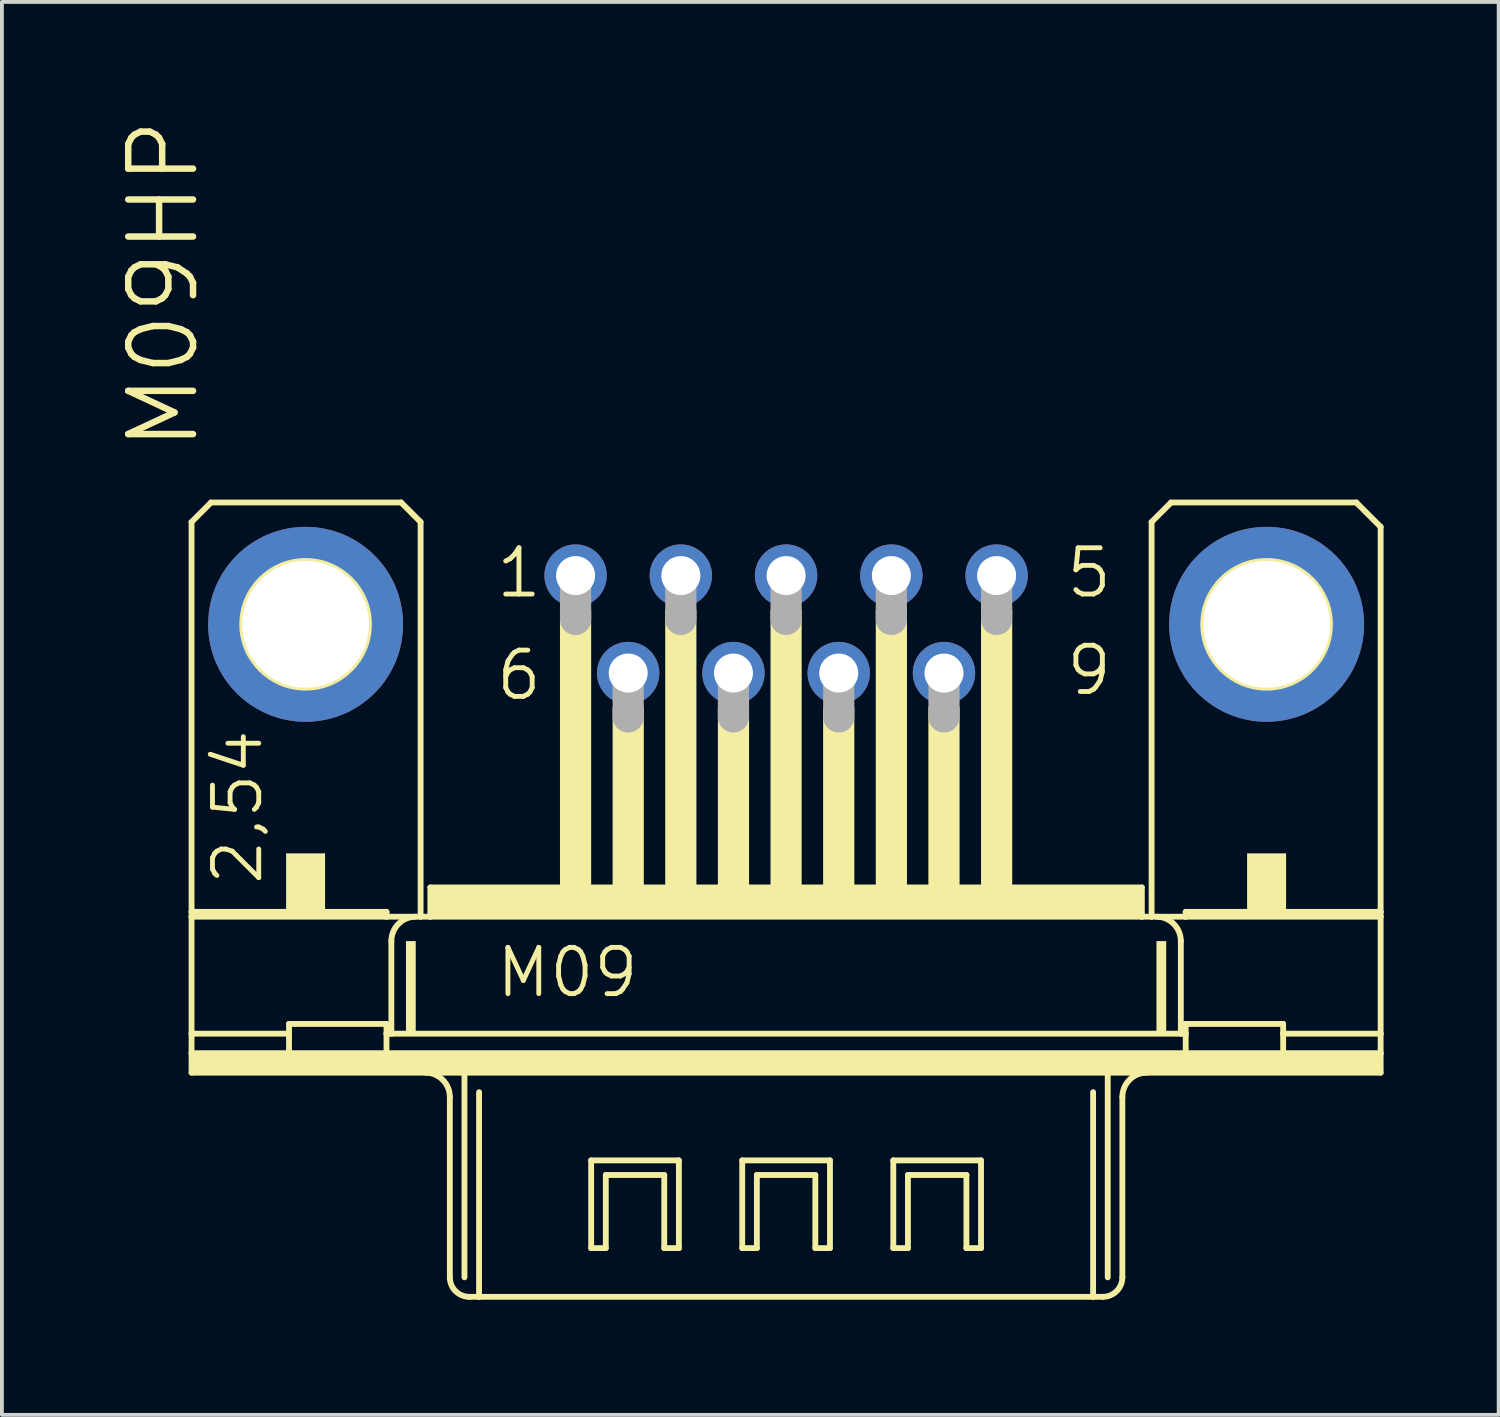
<source format=kicad_pcb>
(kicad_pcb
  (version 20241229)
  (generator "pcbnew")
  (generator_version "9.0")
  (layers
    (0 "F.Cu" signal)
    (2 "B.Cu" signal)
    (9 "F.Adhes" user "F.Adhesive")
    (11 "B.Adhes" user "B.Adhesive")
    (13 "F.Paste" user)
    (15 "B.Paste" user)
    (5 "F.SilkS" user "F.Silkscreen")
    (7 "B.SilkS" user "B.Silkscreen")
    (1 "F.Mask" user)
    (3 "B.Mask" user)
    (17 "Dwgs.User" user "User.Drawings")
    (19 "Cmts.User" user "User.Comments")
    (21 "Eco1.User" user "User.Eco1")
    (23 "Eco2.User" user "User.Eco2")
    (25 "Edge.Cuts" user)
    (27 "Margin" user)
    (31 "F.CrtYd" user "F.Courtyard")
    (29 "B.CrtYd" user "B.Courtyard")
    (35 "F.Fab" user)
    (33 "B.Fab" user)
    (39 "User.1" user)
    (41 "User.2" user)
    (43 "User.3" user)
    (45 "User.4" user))
  (footprint "M09HP"
    (layer "F.Cu")
    (at 17.436 13.22)
    (property "Reference" "M09HP" (at -15.24 -4.445 90) (layer "F.SilkS") (effects (font (size 1.689 1.689) (thickness 0.169)) (justify left bottom)))
    (attr through_hole)
    (fp_line (start -15.494 -2.667) (end -15.494 7.493) (stroke (width 0.152) (type solid)) (layer "F.SilkS"))
    (fp_line (start -15.494 7.62) (end -15.494 7.493) (stroke (width 0.152) (type solid)) (layer "F.SilkS"))
    (fp_line (start -15.494 10.668) (end -15.494 7.62) (stroke (width 0.152) (type solid)) (layer "F.SilkS"))
    (fp_line (start -15.494 11.176) (end -15.494 10.668) (stroke (width 0.152) (type solid)) (layer "F.SilkS"))
    (fp_line (start -15.494 11.684) (end -15.494 11.176) (stroke (width 0.152) (type solid)) (layer "F.SilkS"))
    (fp_line (start -14.986 -3.175) (end -15.494 -2.667) (stroke (width 0.152) (type solid)) (layer "F.SilkS"))
    (fp_line (start -12.954 10.668) (end -15.494 10.668) (stroke (width 0.152) (type solid)) (layer "F.SilkS"))
    (fp_line (start -12.954 10.668) (end -12.954 10.414) (stroke (width 0.152) (type solid)) (layer "F.SilkS"))
    (fp_line (start -12.954 10.668) (end -12.954 11.176) (stroke (width 0.152) (type solid)) (layer "F.SilkS"))
    (fp_line (start -12.954 11.176) (end -15.494 11.176) (stroke (width 0.152) (type solid)) (layer "F.SilkS"))
    (fp_line (start -10.414 7.493) (end -15.494 7.493) (stroke (width 0.152) (type solid)) (layer "F.SilkS"))
    (fp_line (start -10.414 7.493) (end -10.414 7.62) (stroke (width 0.152) (type solid)) (layer "F.SilkS"))
    (fp_line (start -10.414 7.62) (end -15.494 7.62) (stroke (width 0.152) (type solid)) (layer "F.SilkS"))
    (fp_line (start -10.414 10.414) (end -12.954 10.414) (stroke (width 0.152) (type solid)) (layer "F.SilkS"))
    (fp_line (start -10.414 10.414) (end -10.414 10.668) (stroke (width 0.152) (type solid)) (layer "F.SilkS"))
    (fp_line (start -10.414 10.668) (end -10.414 11.176) (stroke (width 0.152) (type solid)) (layer "F.SilkS"))
    (fp_line (start -10.414 11.176) (end -12.954 11.176) (stroke (width 0.152) (type solid)) (layer "F.SilkS"))
    (fp_line (start -10.287 8.255) (end -10.287 10.668) (stroke (width 0.152) (type solid)) (layer "F.SilkS"))
    (fp_line (start -10.287 10.668) (end -10.414 10.668) (stroke (width 0.152) (type solid)) (layer "F.SilkS"))
    (fp_line (start -10.033 -3.175) (end -14.986 -3.175) (stroke (width 0.152) (type solid)) (layer "F.SilkS"))
    (fp_line (start -9.525 -2.667) (end -10.033 -3.175) (stroke (width 0.152) (type solid)) (layer "F.SilkS"))
    (fp_line (start -9.525 -2.667) (end -9.525 7.62) (stroke (width 0.152) (type solid)) (layer "F.SilkS"))
    (fp_line (start -9.525 7.62) (end -10.414 7.62) (stroke (width 0.152) (type solid)) (layer "F.SilkS"))
    (fp_line (start -9.271 7.62) (end -9.525 7.62) (stroke (width 0.152) (type solid)) (layer "F.SilkS"))
    (fp_line (start -9.271 7.62) (end -9.271 6.858) (stroke (width 0.152) (type solid)) (layer "F.SilkS"))
    (fp_line (start -8.763 12.319) (end -8.763 17.018) (stroke (width 0.152) (type solid)) (layer "F.SilkS"))
    (fp_line (start -8.382 11.684) (end -15.494 11.684) (stroke (width 0.152) (type solid)) (layer "F.SilkS"))
    (fp_line (start -8.382 11.684) (end -8.382 17.018) (stroke (width 0.152) (type solid)) (layer "F.SilkS"))
    (fp_line (start -8.001 12.192) (end -8.001 17.526) (stroke (width 0.152) (type solid)) (layer "F.SilkS"))
    (fp_line (start -8.001 17.526) (end -8.255 17.526) (stroke (width 0.152) (type solid)) (layer "F.SilkS"))
    (fp_line (start -5.08 13.97) (end -2.794 13.97) (stroke (width 0.152) (type solid)) (layer "F.SilkS"))
    (fp_line (start -5.08 16.256) (end -5.08 13.97) (stroke (width 0.152) (type solid)) (layer "F.SilkS"))
    (fp_line (start -4.699 14.351) (end -4.699 16.256) (stroke (width 0.152) (type solid)) (layer "F.SilkS"))
    (fp_line (start -4.699 16.256) (end -5.08 16.256) (stroke (width 0.152) (type solid)) (layer "F.SilkS"))
    (fp_line (start -3.175 14.351) (end -4.699 14.351) (stroke (width 0.152) (type solid)) (layer "F.SilkS"))
    (fp_line (start -3.175 16.256) (end -3.175 14.351) (stroke (width 0.152) (type solid)) (layer "F.SilkS"))
    (fp_line (start -2.794 13.97) (end -2.794 16.256) (stroke (width 0.152) (type solid)) (layer "F.SilkS"))
    (fp_line (start -2.794 16.256) (end -3.175 16.256) (stroke (width 0.152) (type solid)) (layer "F.SilkS"))
    (fp_line (start -1.143 13.97) (end 1.143 13.97) (stroke (width 0.152) (type solid)) (layer "F.SilkS"))
    (fp_line (start -1.143 16.256) (end -1.143 13.97) (stroke (width 0.152) (type solid)) (layer "F.SilkS"))
    (fp_line (start -0.762 14.351) (end -0.762 16.256) (stroke (width 0.152) (type solid)) (layer "F.SilkS"))
    (fp_line (start -0.762 16.256) (end -1.143 16.256) (stroke (width 0.152) (type solid)) (layer "F.SilkS"))
    (fp_line (start 0.762 14.351) (end -0.762 14.351) (stroke (width 0.152) (type solid)) (layer "F.SilkS"))
    (fp_line (start 0.762 16.256) (end 0.762 14.351) (stroke (width 0.152) (type solid)) (layer "F.SilkS"))
    (fp_line (start 1.143 13.97) (end 1.143 16.256) (stroke (width 0.152) (type solid)) (layer "F.SilkS"))
    (fp_line (start 1.143 16.256) (end 0.762 16.256) (stroke (width 0.152) (type solid)) (layer "F.SilkS"))
    (fp_line (start 2.794 13.97) (end 5.08 13.97) (stroke (width 0.152) (type solid)) (layer "F.SilkS"))
    (fp_line (start 2.794 16.256) (end 2.794 13.97) (stroke (width 0.152) (type solid)) (layer "F.SilkS"))
    (fp_line (start 3.175 14.351) (end 3.175 16.256) (stroke (width 0.152) (type solid)) (layer "F.SilkS"))
    (fp_line (start 3.175 16.256) (end 2.794 16.256) (stroke (width 0.152) (type solid)) (layer "F.SilkS"))
    (fp_line (start 4.699 14.351) (end 3.175 14.351) (stroke (width 0.152) (type solid)) (layer "F.SilkS"))
    (fp_line (start 4.699 16.256) (end 4.699 14.351) (stroke (width 0.152) (type solid)) (layer "F.SilkS"))
    (fp_line (start 5.08 13.97) (end 5.08 16.256) (stroke (width 0.152) (type solid)) (layer "F.SilkS"))
    (fp_line (start 5.08 16.256) (end 4.699 16.256) (stroke (width 0.152) (type solid)) (layer "F.SilkS"))
    (fp_line (start 8.001 12.192) (end 8.001 17.526) (stroke (width 0.152) (type solid)) (layer "F.SilkS"))
    (fp_line (start 8.001 17.526) (end -8.001 17.526) (stroke (width 0.152) (type solid)) (layer "F.SilkS"))
    (fp_line (start 8.255 17.526) (end 8.001 17.526) (stroke (width 0.152) (type solid)) (layer "F.SilkS"))
    (fp_line (start 8.382 11.684) (end -8.382 11.684) (stroke (width 0.152) (type solid)) (layer "F.SilkS"))
    (fp_line (start 8.382 11.684) (end 8.382 17.018) (stroke (width 0.152) (type solid)) (layer "F.SilkS"))
    (fp_line (start 8.763 12.319) (end 8.763 17.018) (stroke (width 0.152) (type solid)) (layer "F.SilkS"))
    (fp_line (start 9.271 6.858) (end -9.271 6.858) (stroke (width 0.152) (type solid)) (layer "F.SilkS"))
    (fp_line (start 9.271 7.62) (end -9.271 7.62) (stroke (width 0.152) (type solid)) (layer "F.SilkS"))
    (fp_line (start 9.271 7.62) (end 9.271 6.858) (stroke (width 0.152) (type solid)) (layer "F.SilkS"))
    (fp_line (start 9.525 -2.667) (end 9.525 7.62) (stroke (width 0.152) (type solid)) (layer "F.SilkS"))
    (fp_line (start 9.525 7.62) (end 9.271 7.62) (stroke (width 0.152) (type solid)) (layer "F.SilkS"))
    (fp_line (start 10.033 -3.175) (end 9.525 -2.667) (stroke (width 0.152) (type solid)) (layer "F.SilkS"))
    (fp_line (start 10.033 -3.175) (end 14.859 -3.175) (stroke (width 0.152) (type solid)) (layer "F.SilkS"))
    (fp_line (start 10.287 8.255) (end 10.287 10.668) (stroke (width 0.152) (type solid)) (layer "F.SilkS"))
    (fp_line (start 10.287 10.668) (end -10.287 10.668) (stroke (width 0.152) (type solid)) (layer "F.SilkS"))
    (fp_line (start 10.414 7.493) (end 10.414 7.62) (stroke (width 0.152) (type solid)) (layer "F.SilkS"))
    (fp_line (start 10.414 7.62) (end 9.525 7.62) (stroke (width 0.152) (type solid)) (layer "F.SilkS"))
    (fp_line (start 10.414 10.414) (end 10.414 10.668) (stroke (width 0.152) (type solid)) (layer "F.SilkS"))
    (fp_line (start 10.414 10.668) (end 10.287 10.668) (stroke (width 0.152) (type solid)) (layer "F.SilkS"))
    (fp_line (start 10.414 10.668) (end 10.414 11.176) (stroke (width 0.152) (type solid)) (layer "F.SilkS"))
    (fp_line (start 10.414 11.176) (end -10.414 11.176) (stroke (width 0.152) (type solid)) (layer "F.SilkS"))
    (fp_line (start 12.954 10.414) (end 10.414 10.414) (stroke (width 0.152) (type solid)) (layer "F.SilkS"))
    (fp_line (start 12.954 10.668) (end 12.954 10.414) (stroke (width 0.152) (type solid)) (layer "F.SilkS"))
    (fp_line (start 12.954 10.668) (end 12.954 11.176) (stroke (width 0.152) (type solid)) (layer "F.SilkS"))
    (fp_line (start 12.954 11.176) (end 10.414 11.176) (stroke (width 0.152) (type solid)) (layer "F.SilkS"))
    (fp_line (start 14.859 -3.175) (end 15.494 -2.54) (stroke (width 0.152) (type solid)) (layer "F.SilkS"))
    (fp_line (start 15.494 -2.54) (end 15.494 7.493) (stroke (width 0.152) (type solid)) (layer "F.SilkS"))
    (fp_line (start 15.494 7.493) (end 10.414 7.493) (stroke (width 0.152) (type solid)) (layer "F.SilkS"))
    (fp_line (start 15.494 7.62) (end 10.414 7.62) (stroke (width 0.152) (type solid)) (layer "F.SilkS"))
    (fp_line (start 15.494 7.62) (end 15.494 7.493) (stroke (width 0.152) (type solid)) (layer "F.SilkS"))
    (fp_line (start 15.494 7.62) (end 15.494 10.668) (stroke (width 0.152) (type solid)) (layer "F.SilkS"))
    (fp_line (start 15.494 10.668) (end 12.954 10.668) (stroke (width 0.152) (type solid)) (layer "F.SilkS"))
    (fp_line (start 15.494 10.668) (end 15.494 11.176) (stroke (width 0.152) (type solid)) (layer "F.SilkS"))
    (fp_line (start 15.494 11.176) (end 12.954 11.176) (stroke (width 0.152) (type solid)) (layer "F.SilkS"))
    (fp_line (start 15.494 11.176) (end 15.494 11.684) (stroke (width 0.152) (type solid)) (layer "F.SilkS"))
    (fp_line (start 15.494 11.684) (end 8.382 11.684) (stroke (width 0.152) (type solid)) (layer "F.SilkS"))
    (fp_arc (start -10.287 8.255) (mid -10.101013 7.805987) (end -9.652 7.62) (stroke (width 0.1524) (type solid)) (layer "F.SilkS"))
    (fp_arc (start -9.398 11.684) (mid -8.948987 11.869987) (end -8.763 12.319) (stroke (width 0.1524) (type solid)) (layer "F.SilkS"))
    (fp_arc (start -8.255 17.526) (mid -8.61421 17.37721) (end -8.763 17.018) (stroke (width 0.1524) (type solid)) (layer "F.SilkS"))
    (fp_arc (start 8.763 12.319) (mid 8.948987 11.869987) (end 9.398 11.684) (stroke (width 0.1524) (type solid)) (layer "F.SilkS"))
    (fp_arc (start 8.763 17.018) (mid 8.61421 17.37721) (end 8.255 17.526) (stroke (width 0.1524) (type solid)) (layer "F.SilkS"))
    (fp_arc (start 9.652 7.62) (mid 10.101013 7.805987) (end 10.287 8.255) (stroke (width 0.1524) (type solid)) (layer "F.SilkS"))
    (fp_circle (center -12.522 0) (end -10.871 0) (stroke (width 0.152) (type solid)) (fill no) (layer "F.SilkS"))
    (fp_circle (center 12.522 0) (end 14.173 0) (stroke (width 0.152) (type solid)) (fill no) (layer "F.SilkS"))
    (fp_poly (pts (xy -15.494 11.684) (xy 15.494 11.684) (xy 15.494 11.176) (xy -15.494 11.176)) (stroke (width 0) (type solid)) (fill yes) (layer "F.SilkS"))
    (fp_poly (pts (xy -13.03 7.62) (xy -12.014 7.62) (xy -12.014 5.969) (xy -13.03 5.969)) (stroke (width 0) (type solid)) (fill yes) (layer "F.SilkS"))
    (fp_poly (pts (xy -9.906 10.668) (xy -9.652 10.668) (xy -9.652 8.255) (xy -9.906 8.255)) (stroke (width 0) (type solid)) (fill yes) (layer "F.SilkS"))
    (fp_poly (pts (xy -9.271 7.62) (xy 9.271 7.62) (xy 9.271 6.858) (xy -9.271 6.858)) (stroke (width 0) (type solid)) (fill yes) (layer "F.SilkS"))
    (fp_poly (pts (xy -5.893 6.858) (xy -5.08 6.858) (xy -5.08 -0.381) (xy -5.893 -0.381)) (stroke (width 0) (type solid)) (fill yes) (layer "F.SilkS"))
    (fp_poly (pts (xy -4.521 6.858) (xy -3.708 6.858) (xy -3.708 2.159) (xy -4.521 2.159)) (stroke (width 0) (type solid)) (fill yes) (layer "F.SilkS"))
    (fp_poly (pts (xy -3.15 6.858) (xy -2.337 6.858) (xy -2.337 -0.381) (xy -3.15 -0.381)) (stroke (width 0) (type solid)) (fill yes) (layer "F.SilkS"))
    (fp_poly (pts (xy -1.778 6.858) (xy -0.965 6.858) (xy -0.965 2.159) (xy -1.778 2.159)) (stroke (width 0) (type solid)) (fill yes) (layer "F.SilkS"))
    (fp_poly (pts (xy -0.406 6.858) (xy 0.406 6.858) (xy 0.406 -0.381) (xy -0.406 -0.381)) (stroke (width 0) (type solid)) (fill yes) (layer "F.SilkS"))
    (fp_poly (pts (xy 0.965 6.858) (xy 1.778 6.858) (xy 1.778 2.159) (xy 0.965 2.159)) (stroke (width 0) (type solid)) (fill yes) (layer "F.SilkS"))
    (fp_poly (pts (xy 2.337 6.858) (xy 3.15 6.858) (xy 3.15 -0.381) (xy 2.337 -0.381)) (stroke (width 0) (type solid)) (fill yes) (layer "F.SilkS"))
    (fp_poly (pts (xy 3.708 6.858) (xy 4.521 6.858) (xy 4.521 2.159) (xy 3.708 2.159)) (stroke (width 0) (type solid)) (fill yes) (layer "F.SilkS"))
    (fp_poly (pts (xy 5.08 6.858) (xy 5.893 6.858) (xy 5.893 -0.381) (xy 5.08 -0.381)) (stroke (width 0) (type solid)) (fill yes) (layer "F.SilkS"))
    (fp_poly (pts (xy 9.652 10.668) (xy 9.906 10.668) (xy 9.906 8.255) (xy 9.652 8.255)) (stroke (width 0) (type solid)) (fill yes) (layer "F.SilkS"))
    (fp_poly (pts (xy 12.014 7.62) (xy 13.03 7.62) (xy 13.03 5.969) (xy 12.014 5.969)) (stroke (width 0) (type solid)) (fill yes) (layer "F.SilkS"))
    (fp_line (start -5.486 -1.143) (end -5.486 -0.127) (stroke (width 0.813) (type solid)) (layer "F.Fab"))
    (fp_line (start -4.115 1.397) (end -4.115 2.413) (stroke (width 0.813) (type solid)) (layer "F.Fab"))
    (fp_line (start -2.743 -1.143) (end -2.743 -0.127) (stroke (width 0.813) (type solid)) (layer "F.Fab"))
    (fp_line (start -1.372 1.397) (end -1.372 2.413) (stroke (width 0.813) (type solid)) (layer "F.Fab"))
    (fp_line (start 0 -1.143) (end 0 -0.127) (stroke (width 0.813) (type solid)) (layer "F.Fab"))
    (fp_line (start 1.372 1.397) (end 1.372 2.413) (stroke (width 0.813) (type solid)) (layer "F.Fab"))
    (fp_line (start 2.743 -1.143) (end 2.743 -0.127) (stroke (width 0.813) (type solid)) (layer "F.Fab"))
    (fp_line (start 4.115 1.397) (end 4.115 2.413) (stroke (width 0.813) (type solid)) (layer "F.Fab"))
    (fp_line (start 5.486 -1.143) (end 5.486 -0.127) (stroke (width 0.813) (type solid)) (layer "F.Fab"))
    (fp_text user "2,54" (at -13.589 6.858 90) (layer "F.SilkS") (effects (font (size 1.206 1.206) (thickness 0.127)) (justify left bottom)))
    (fp_text user "9" (at 7.239 1.905 0) (layer "F.SilkS") (effects (font (size 1.206 1.206) (thickness 0.127)) (justify left bottom)))
    (fp_text user "6" (at -7.62 2.032 0) (layer "F.SilkS") (effects (font (size 1.206 1.206) (thickness 0.127)) (justify left bottom)))
    (fp_text user "M09" (at -7.62 9.779 0) (layer "F.SilkS") (effects (font (size 1.206 1.206) (thickness 0.127)) (justify left bottom)))
    (fp_text user "1" (at -7.62 -0.635 0) (layer "F.SilkS") (effects (font (size 1.206 1.206) (thickness 0.127)) (justify left bottom)))
    (fp_text user "5" (at 7.239 -0.635 0) (layer "F.SilkS") (effects (font (size 1.206 1.206) (thickness 0.127)) (justify left bottom)))
    (pad "1" thru_hole circle (at -5.486 -1.27) (size 1.626 1.626) (drill 1.016) (layers "*.Cu" "*.Mask"))
    (pad "2" thru_hole circle (at -2.743 -1.27) (size 1.626 1.626) (drill 1.016) (layers "*.Cu" "*.Mask"))
    (pad "3" thru_hole circle (at 0 -1.27) (size 1.626 1.626) (drill 1.016) (layers "*.Cu" "*.Mask"))
    (pad "4" thru_hole circle (at 2.743 -1.27) (size 1.626 1.626) (drill 1.016) (layers "*.Cu" "*.Mask"))
    (pad "5" thru_hole circle (at 5.486 -1.27) (size 1.626 1.626) (drill 1.016) (layers "*.Cu" "*.Mask"))
    (pad "6" thru_hole circle (at -4.115 1.27) (size 1.626 1.626) (drill 1.016) (layers "*.Cu" "*.Mask"))
    (pad "7" thru_hole circle (at -1.372 1.27) (size 1.626 1.626) (drill 1.016) (layers "*.Cu" "*.Mask"))
    (pad "8" thru_hole circle (at 1.372 1.27) (size 1.626 1.626) (drill 1.016) (layers "*.Cu" "*.Mask"))
    (pad "9" thru_hole circle (at 4.115 1.27) (size 1.626 1.626) (drill 1.016) (layers "*.Cu" "*.Mask"))
    (pad "G1" thru_hole circle (at -12.522 0) (size 5.08 5.08) (drill 3.302) (layers "*.Cu" "*.Mask"))
    (pad "G2" thru_hole circle (at 12.522 0) (size 5.08 5.08) (drill 3.302) (layers "*.Cu" "*.Mask")))
  (gr_rect
    (start -3 -3)
    (end 36.006 33.822)
    (stroke (width 0.1) (type default))
    (fill no)
    (layer "Edge.Cuts")))
</source>
